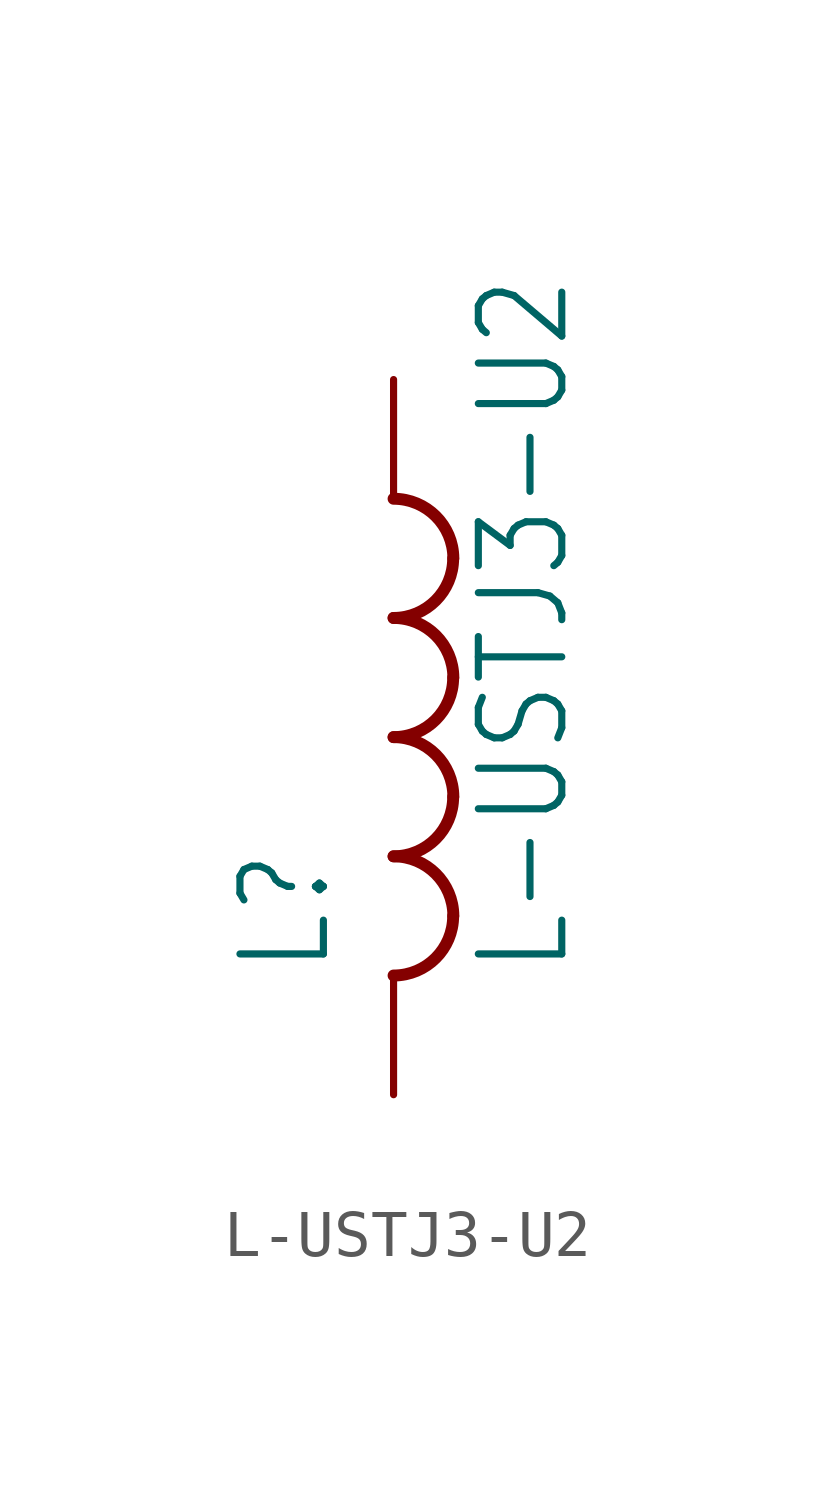
<source format=kicad_sym>
(kicad_symbol_lib
  (version 20211014)
  (generator kicad_symbol_editor)
  (symbol "L-USTJ3-U2"
    (property "Reference" "L"
      (at -1.27 -5.08 90)
      (effects (font (size 1.778 1.511)) (justify left bottom)))
    (property "Value" "L-USTJ3-U2"
      (at 3.81 -5.08 90)
      (effects (font (size 1.778 1.511)) (justify left bottom)))
    (property "ki_locked" ""
      (at 0 0 0)
      (effects (font (size 1.27 1.27))))
    (symbol "L-USTJ3-U2_1_0"
      (arc (start 0 -5.08) (mid 0.898 -4.708) (end 1.27 -3.81) (stroke (width 0.254) (type default) (color 0 0 0 0)) (fill (type none)))
      (arc (start 0 -2.54) (mid 0.898 -2.168) (end 1.27 -1.27) (stroke (width 0.254) (type default) (color 0 0 0 0)) (fill (type none)))
      (arc (start 0 0) (mid 0.898 0.372) (end 1.27 1.27) (stroke (width 0.254) (type default) (color 0 0 0 0)) (fill (type none)))
      (arc (start 0 2.54) (mid 0.898 2.912) (end 1.27 3.81) (stroke (width 0.254) (type default) (color 0 0 0 0)) (fill (type none)))
      (arc (start 1.27 -3.81) (mid 0.898 -2.912) (end 0 -2.54) (stroke (width 0.254) (type default) (color 0 0 0 0)) (fill (type none)))
      (arc (start 1.27 -1.27) (mid 0.898 -0.372) (end 0 0) (stroke (width 0.254) (type default) (color 0 0 0 0)) (fill (type none)))
      (arc (start 1.27 1.27) (mid 0.898 2.168) (end 0 2.54) (stroke (width 0.254) (type default) (color 0 0 0 0)) (fill (type none)))
      (arc (start 1.27 3.81) (mid 0.898 4.708) (end 0 5.08) (stroke (width 0.254) (type default) (color 0 0 0 0)) (fill (type none)))
      (pin passive line (at 0 7.62 270) (length 2.54) (name "1" (effects (font (size 0 0)))) (number "1" (effects (font (size 0 0)))))
      (pin passive line (at 0 -7.62 90) (length 2.54) (name "2" (effects (font (size 0 0)))) (number "2" (effects (font (size 0 0))))))))
</source>
